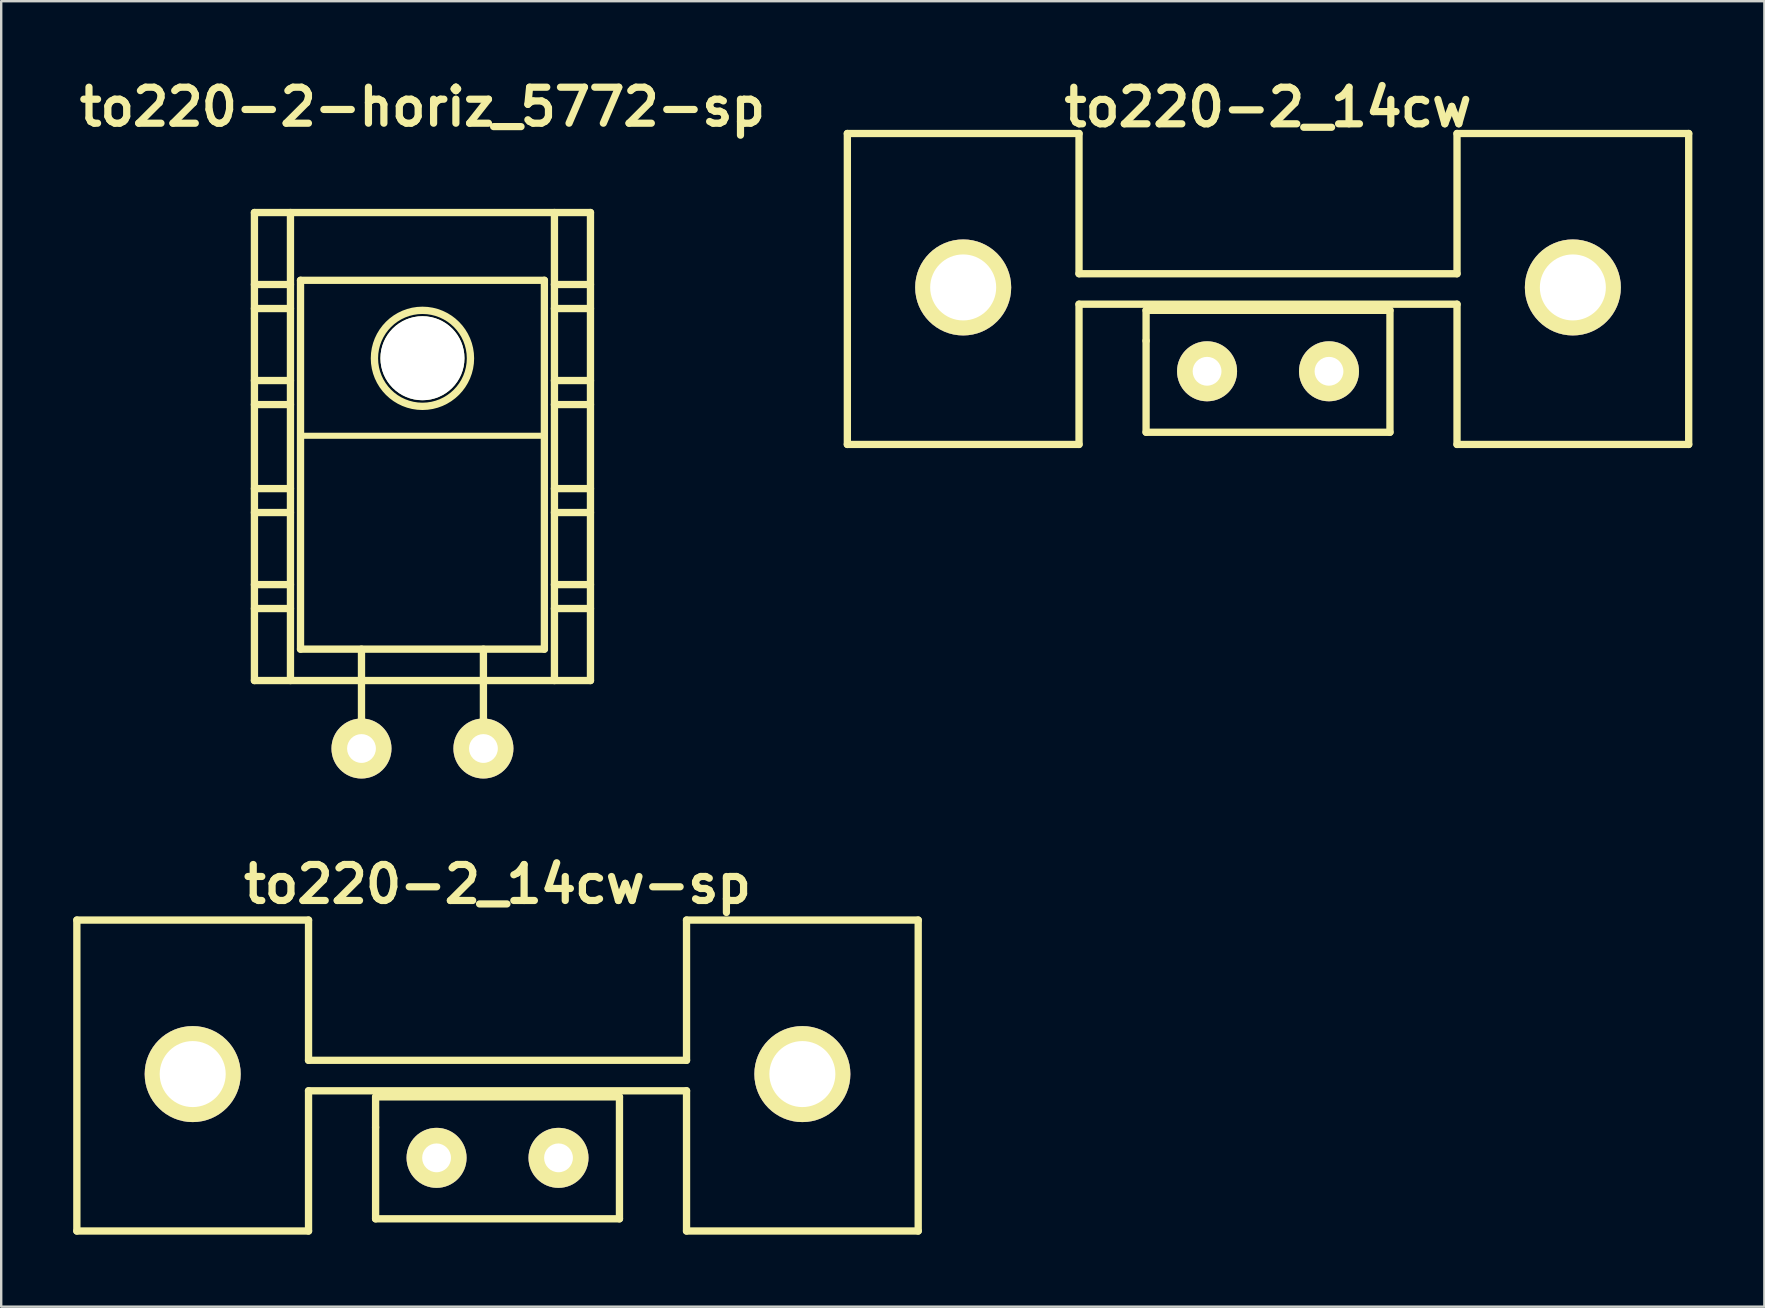
<source format=kicad_pcb>
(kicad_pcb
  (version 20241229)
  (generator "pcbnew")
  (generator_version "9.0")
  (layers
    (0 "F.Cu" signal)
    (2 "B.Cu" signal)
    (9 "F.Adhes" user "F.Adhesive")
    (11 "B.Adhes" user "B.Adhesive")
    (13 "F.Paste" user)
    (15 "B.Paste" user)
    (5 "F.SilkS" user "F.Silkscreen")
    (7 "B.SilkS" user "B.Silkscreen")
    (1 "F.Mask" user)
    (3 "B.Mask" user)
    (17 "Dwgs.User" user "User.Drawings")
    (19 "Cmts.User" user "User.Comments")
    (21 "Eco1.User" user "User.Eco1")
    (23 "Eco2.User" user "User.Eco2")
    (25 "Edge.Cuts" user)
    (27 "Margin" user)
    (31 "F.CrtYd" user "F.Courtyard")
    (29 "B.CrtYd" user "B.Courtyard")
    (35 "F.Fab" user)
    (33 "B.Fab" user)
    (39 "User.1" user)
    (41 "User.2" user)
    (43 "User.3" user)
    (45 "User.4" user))
  (footprint "to220-2_14cw-sp"
    (layer "F.Cu")
    (at 17.678 45.188)
    (property "Reference" "to220-2_14cw-sp" (at 0 -11.4 0) (layer "F.SilkS") (effects (font (size 1.5 1.5) (thickness 0.3))))
    (attr through_hole)
    (fp_line (start -17.526 -9.906) (end -17.526 3.048) (stroke (width 0.305) (type solid)) (layer "F.SilkS"))
    (fp_line (start -17.526 3.048) (end -7.874 3.048) (stroke (width 0.305) (type solid)) (layer "F.SilkS"))
    (fp_line (start -7.874 -9.906) (end -17.526 -9.906) (stroke (width 0.305) (type solid)) (layer "F.SilkS"))
    (fp_line (start -7.874 -9.906) (end -7.874 -4.064) (stroke (width 0.305) (type solid)) (layer "F.SilkS"))
    (fp_line (start -7.874 -2.794) (end -7.874 3.048) (stroke (width 0.305) (type solid)) (layer "F.SilkS"))
    (fp_line (start -7.874 -2.794) (end 7.874 -2.794) (stroke (width 0.305) (type solid)) (layer "F.SilkS"))
    (fp_line (start -5.08 -2.54) (end -5.08 -1.27) (stroke (width 0.305) (type solid)) (layer "F.SilkS"))
    (fp_line (start -5.08 -1.27) (end -5.08 2.54) (stroke (width 0.305) (type solid)) (layer "F.SilkS"))
    (fp_line (start -5.08 2.54) (end 5.08 2.54) (stroke (width 0.305) (type solid)) (layer "F.SilkS"))
    (fp_line (start 5.08 -2.54) (end -5.08 -2.54) (stroke (width 0.305) (type solid)) (layer "F.SilkS"))
    (fp_line (start 5.08 2.54) (end 5.08 -2.54) (stroke (width 0.305) (type solid)) (layer "F.SilkS"))
    (fp_line (start 7.874 -9.906) (end 7.874 -4.064) (stroke (width 0.305) (type solid)) (layer "F.SilkS"))
    (fp_line (start 7.874 -4.064) (end -7.874 -4.064) (stroke (width 0.305) (type solid)) (layer "F.SilkS"))
    (fp_line (start 7.874 3.048) (end 7.874 -2.794) (stroke (width 0.305) (type solid)) (layer "F.SilkS"))
    (fp_line (start 7.874 3.048) (end 17.526 3.048) (stroke (width 0.305) (type solid)) (layer "F.SilkS"))
    (fp_line (start 17.526 -9.906) (end 7.874 -9.906) (stroke (width 0.305) (type solid)) (layer "F.SilkS"))
    (fp_line (start 17.526 -9.906) (end 17.526 3.048) (stroke (width 0.305) (type solid)) (layer "F.SilkS"))
    (pad "" thru_hole circle (at -12.7 -3.49) (size 4 4) (drill 2.75) (layers "*.Cu" "*.Mask" "F.SilkS"))
    (pad "" thru_hole circle (at 12.7 -3.49) (size 4 4) (drill 2.75) (layers "*.Cu" "*.Mask" "F.SilkS"))
    (pad "1" thru_hole circle (at -2.54 0) (size 2.5 2.5) (drill 1.2) (layers "*.Cu" "*.Mask" "F.SilkS"))
    (pad "2" thru_hole circle (at 2.54 0) (size 2.5 2.5) (drill 1.2) (layers "*.Cu" "*.Mask" "F.SilkS")))
  (footprint "to220-2-horiz_5772-sp"
    (layer "F.Cu")
    (at 14.55 19.804)
    (property "Reference" "to220-2-horiz_5772-sp" (at 0 -18.4 0) (layer "F.SilkS") (effects (font (size 1.5 1.5) (thickness 0.3))))
    (attr through_hole)
    (fp_line (start -7 -14) (end -7 5.499) (stroke (width 0.305) (type solid)) (layer "F.SilkS"))
    (fp_line (start -7 -11.001) (end -5.499 -11.001) (stroke (width 0.305) (type solid)) (layer "F.SilkS"))
    (fp_line (start -7 -10) (end -5.499 -10) (stroke (width 0.305) (type solid)) (layer "F.SilkS"))
    (fp_line (start -7 -7) (end -5.499 -7) (stroke (width 0.305) (type solid)) (layer "F.SilkS"))
    (fp_line (start -7 -5.999) (end -5.499 -5.999) (stroke (width 0.305) (type solid)) (layer "F.SilkS"))
    (fp_line (start -7 -2.499) (end -5.499 -2.499) (stroke (width 0.305) (type solid)) (layer "F.SilkS"))
    (fp_line (start -7 -1.501) (end -5.499 -1.501) (stroke (width 0.305) (type solid)) (layer "F.SilkS"))
    (fp_line (start -7 1.501) (end -5.499 1.501) (stroke (width 0.305) (type solid)) (layer "F.SilkS"))
    (fp_line (start -7 2.499) (end -5.499 2.499) (stroke (width 0.305) (type solid)) (layer "F.SilkS"))
    (fp_line (start -7 5.499) (end 7 5.499) (stroke (width 0.305) (type solid)) (layer "F.SilkS"))
    (fp_line (start -5.499 5.499) (end -5.499 -14) (stroke (width 0.305) (type solid)) (layer "F.SilkS"))
    (fp_line (start -5.08 -11.176) (end -5.08 4.191) (stroke (width 0.305) (type solid)) (layer "F.SilkS"))
    (fp_line (start -5.08 4.191) (end 5.08 4.191) (stroke (width 0.305) (type solid)) (layer "F.SilkS"))
    (fp_line (start -2.54 8.382) (end -2.54 4.191) (stroke (width 0.305) (type solid)) (layer "F.SilkS"))
    (fp_line (start 2.54 8.382) (end 2.54 4.191) (stroke (width 0.305) (type solid)) (layer "F.SilkS"))
    (fp_line (start 5.08 -11.176) (end -5.08 -11.176) (stroke (width 0.305) (type solid)) (layer "F.SilkS"))
    (fp_line (start 5.08 -4.699) (end -5.08 -4.699) (stroke (width 0.254) (type solid)) (layer "F.SilkS"))
    (fp_line (start 5.08 4.191) (end 5.08 -11.176) (stroke (width 0.305) (type solid)) (layer "F.SilkS"))
    (fp_line (start 5.499 -14) (end 5.499 5.499) (stroke (width 0.305) (type solid)) (layer "F.SilkS"))
    (fp_line (start 5.499 -11.001) (end 7 -11.001) (stroke (width 0.305) (type solid)) (layer "F.SilkS"))
    (fp_line (start 5.499 -10) (end 7 -10) (stroke (width 0.305) (type solid)) (layer "F.SilkS"))
    (fp_line (start 5.499 -7) (end 7 -7) (stroke (width 0.305) (type solid)) (layer "F.SilkS"))
    (fp_line (start 5.499 -5.999) (end 7 -5.999) (stroke (width 0.305) (type solid)) (layer "F.SilkS"))
    (fp_line (start 5.499 -2.499) (end 7 -2.499) (stroke (width 0.305) (type solid)) (layer "F.SilkS"))
    (fp_line (start 5.499 -1.501) (end 7 -1.501) (stroke (width 0.305) (type solid)) (layer "F.SilkS"))
    (fp_line (start 5.499 1.501) (end 7 1.501) (stroke (width 0.305) (type solid)) (layer "F.SilkS"))
    (fp_line (start 5.499 2.499) (end 7 2.499) (stroke (width 0.305) (type solid)) (layer "F.SilkS"))
    (fp_line (start 7 -14) (end -7 -14) (stroke (width 0.305) (type solid)) (layer "F.SilkS"))
    (fp_line (start 7 5.499) (end 7 -14) (stroke (width 0.305) (type solid)) (layer "F.SilkS"))
    (fp_circle (center 0 -7.925) (end -1.999 -8.001) (stroke (width 0.305) (type solid)) (fill no) (layer "F.SilkS"))
    (pad "" np_thru_hole circle (at 0 -7.93) (size 3.5 3.5) (drill 3.5) (layers "*.Cu" "*.Mask" "F.SilkS"))
    (pad "1" thru_hole circle (at -2.54 8.33) (size 2.5 2.5) (drill 1.2) (layers "*.Cu" "*.Mask" "F.SilkS"))
    (pad "2" thru_hole circle (at 2.54 8.33) (size 2.5 2.5) (drill 1.2) (layers "*.Cu" "*.Mask" "F.SilkS")))
  (footprint "to220-2_14cw"
    (layer "F.Cu")
    (at 49.778 12.418)
    (property "Reference" "to220-2_14cw" (at 0 -11 0) (layer "F.SilkS") (effects (font (size 1.524 1.524) (thickness 0.3))))
    (attr through_hole)
    (fp_line (start -17.526 -9.906) (end -17.526 3.048) (stroke (width 0.305) (type solid)) (layer "F.SilkS"))
    (fp_line (start -17.526 3.048) (end -7.874 3.048) (stroke (width 0.305) (type solid)) (layer "F.SilkS"))
    (fp_line (start -7.874 -9.906) (end -17.526 -9.906) (stroke (width 0.305) (type solid)) (layer "F.SilkS"))
    (fp_line (start -7.874 -9.906) (end -7.874 -4.064) (stroke (width 0.305) (type solid)) (layer "F.SilkS"))
    (fp_line (start -7.874 -2.794) (end -7.874 3.048) (stroke (width 0.305) (type solid)) (layer "F.SilkS"))
    (fp_line (start -7.874 -2.794) (end 7.874 -2.794) (stroke (width 0.305) (type solid)) (layer "F.SilkS"))
    (fp_line (start -5.08 -2.54) (end -5.08 -1.27) (stroke (width 0.305) (type solid)) (layer "F.SilkS"))
    (fp_line (start -5.08 -1.27) (end -5.08 2.54) (stroke (width 0.305) (type solid)) (layer "F.SilkS"))
    (fp_line (start -5.08 2.54) (end 5.08 2.54) (stroke (width 0.305) (type solid)) (layer "F.SilkS"))
    (fp_line (start 5.08 -2.54) (end -5.08 -2.54) (stroke (width 0.305) (type solid)) (layer "F.SilkS"))
    (fp_line (start 5.08 2.54) (end 5.08 -2.54) (stroke (width 0.305) (type solid)) (layer "F.SilkS"))
    (fp_line (start 7.874 -9.906) (end 7.874 -4.064) (stroke (width 0.305) (type solid)) (layer "F.SilkS"))
    (fp_line (start 7.874 -4.064) (end -7.874 -4.064) (stroke (width 0.305) (type solid)) (layer "F.SilkS"))
    (fp_line (start 7.874 3.048) (end 7.874 -2.794) (stroke (width 0.305) (type solid)) (layer "F.SilkS"))
    (fp_line (start 7.874 3.048) (end 17.526 3.048) (stroke (width 0.305) (type solid)) (layer "F.SilkS"))
    (fp_line (start 17.526 -9.906) (end 7.874 -9.906) (stroke (width 0.305) (type solid)) (layer "F.SilkS"))
    (fp_line (start 17.526 -9.906) (end 17.526 3.048) (stroke (width 0.305) (type solid)) (layer "F.SilkS"))
    (pad "" thru_hole circle (at -12.7 -3.493) (size 4 4) (drill 2.75) (layers "*.Cu" "*.Mask" "F.SilkS"))
    (pad "" thru_hole circle (at 12.7 -3.493) (size 4 4) (drill 2.75) (layers "*.Cu" "*.Mask" "F.SilkS"))
    (pad "1" thru_hole circle (at 2.54 0) (size 2.5 2.5) (drill 1.2) (layers "*.Cu" "*.Mask" "F.SilkS"))
    (pad "2" thru_hole circle (at -2.54 0) (size 2.5 2.5) (drill 1.2) (layers "*.Cu" "*.Mask" "F.SilkS")))
  (gr_rect
    (start -3 -3)
    (end 70.457 51.388)
    (stroke (width 0.1) (type default))
    (fill no)
    (layer "Edge.Cuts")))
</source>
